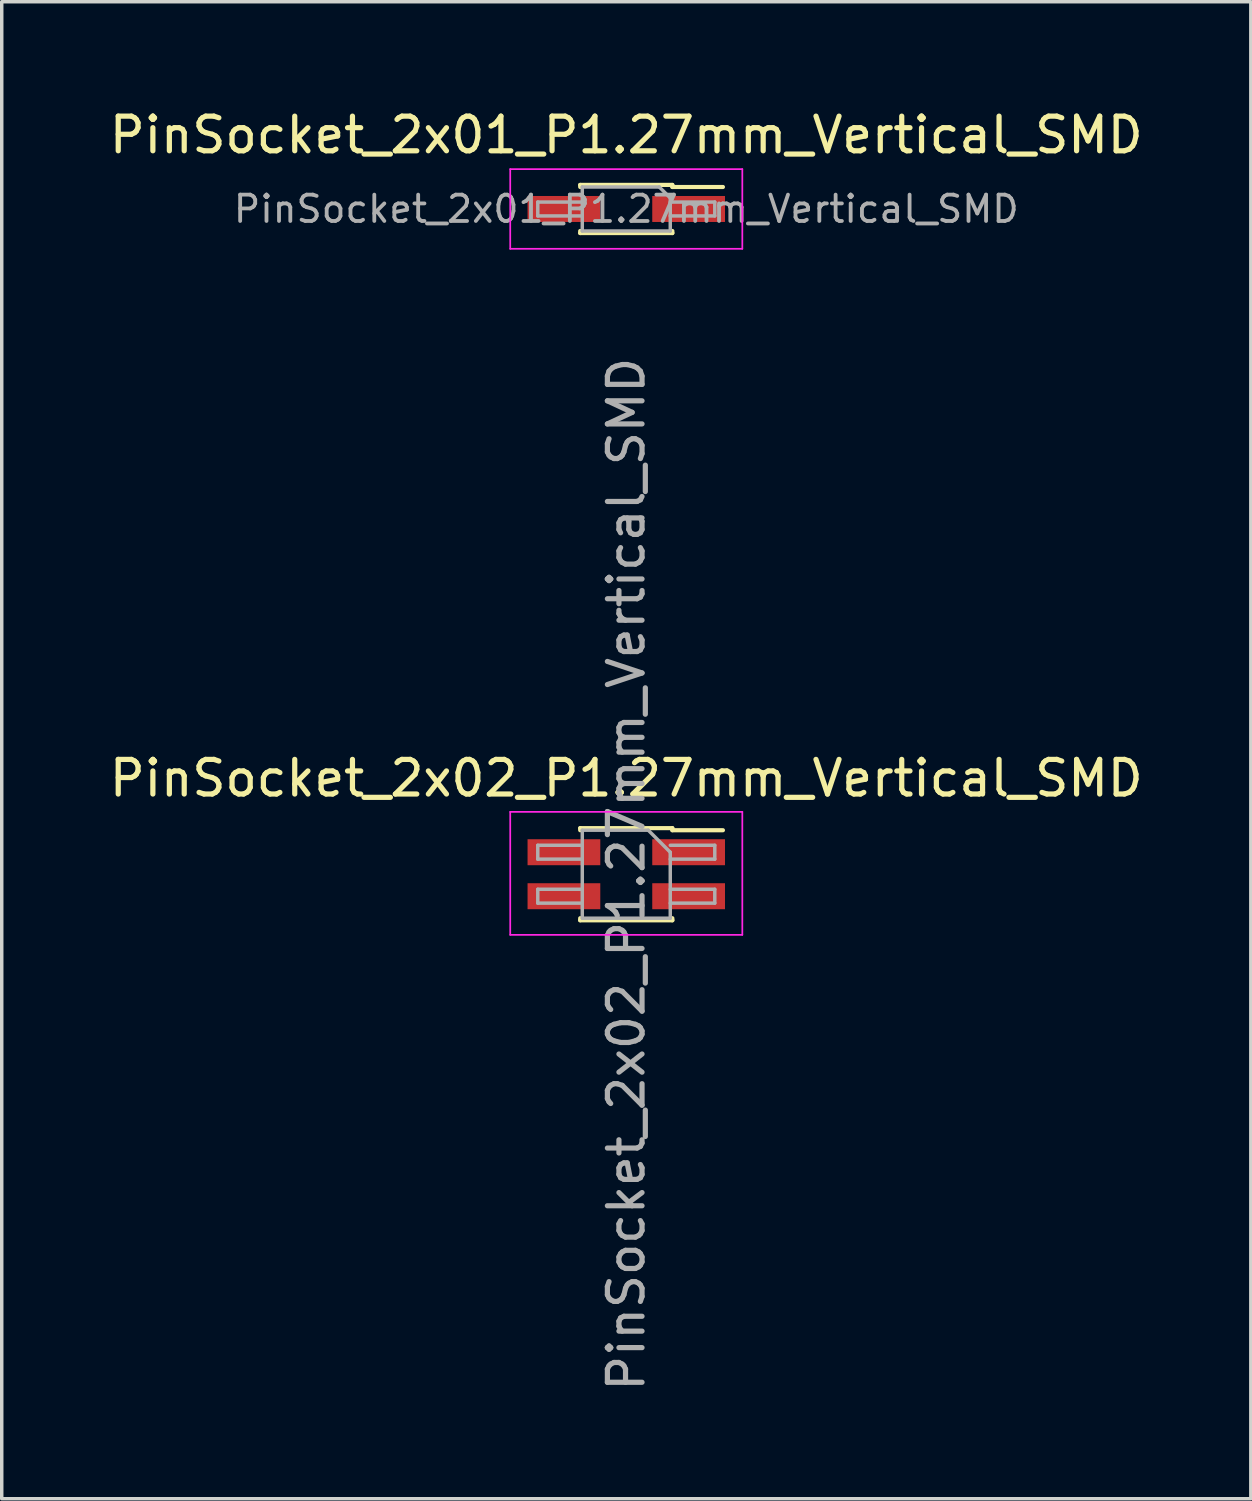
<source format=kicad_pcb>
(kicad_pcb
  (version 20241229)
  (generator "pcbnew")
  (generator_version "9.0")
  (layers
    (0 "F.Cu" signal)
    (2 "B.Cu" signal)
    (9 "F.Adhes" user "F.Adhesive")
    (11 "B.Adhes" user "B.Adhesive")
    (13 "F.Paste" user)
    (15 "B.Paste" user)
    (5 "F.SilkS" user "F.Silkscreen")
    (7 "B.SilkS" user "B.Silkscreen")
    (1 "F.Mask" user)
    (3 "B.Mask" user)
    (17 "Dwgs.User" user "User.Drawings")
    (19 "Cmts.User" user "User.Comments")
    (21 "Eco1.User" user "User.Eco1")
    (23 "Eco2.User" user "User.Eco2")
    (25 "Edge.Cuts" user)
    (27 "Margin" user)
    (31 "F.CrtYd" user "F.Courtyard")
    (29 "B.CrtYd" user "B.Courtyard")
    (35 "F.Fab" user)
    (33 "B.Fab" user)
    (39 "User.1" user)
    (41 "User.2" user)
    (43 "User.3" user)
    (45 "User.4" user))
  (footprint "PinSocket_2x02_P1.27mm_Vertical_SMD"
    (layer "F.Cu")
    (at 15.03 22.188)
    (property "Reference" "PinSocket_2x02_P1.27mm_Vertical_SMD" (at 0 -2.77 0) (layer "F.SilkS") (effects (font (size 1 1) (thickness 0.15))))
    (attr smd)
    (fp_line (start -1.33 -1.33) (end -1.33 -1.27) (stroke (width 0.12) (type solid)) (layer "F.SilkS"))
    (fp_line (start -1.33 -1.33) (end 1.33 -1.33) (stroke (width 0.12) (type solid)) (layer "F.SilkS"))
    (fp_line (start -1.33 1.27) (end -1.33 1.33) (stroke (width 0.12) (type solid)) (layer "F.SilkS"))
    (fp_line (start -1.33 1.33) (end 1.33 1.33) (stroke (width 0.12) (type solid)) (layer "F.SilkS"))
    (fp_line (start 1.33 -1.33) (end 1.33 -1.27) (stroke (width 0.12) (type solid)) (layer "F.SilkS"))
    (fp_line (start 1.33 -1.27) (end 2.79 -1.27) (stroke (width 0.12) (type solid)) (layer "F.SilkS"))
    (fp_line (start 1.33 1.27) (end 1.33 1.33) (stroke (width 0.12) (type solid)) (layer "F.SilkS"))
    (fp_line (start -3.35 -1.8) (end 3.35 -1.8) (stroke (width 0.05) (type solid)) (layer "F.CrtYd"))
    (fp_line (start -3.35 1.75) (end -3.35 -1.8) (stroke (width 0.05) (type solid)) (layer "F.CrtYd"))
    (fp_line (start 3.35 -1.8) (end 3.35 1.75) (stroke (width 0.05) (type solid)) (layer "F.CrtYd"))
    (fp_line (start 3.35 1.75) (end -3.35 1.75) (stroke (width 0.05) (type solid)) (layer "F.CrtYd"))
    (fp_line (start -2.555 -0.835) (end -1.27 -0.835) (stroke (width 0.1) (type solid)) (layer "F.Fab"))
    (fp_line (start -2.555 -0.435) (end -2.555 -0.835) (stroke (width 0.1) (type solid)) (layer "F.Fab"))
    (fp_line (start -2.555 0.435) (end -1.27 0.435) (stroke (width 0.1) (type solid)) (layer "F.Fab"))
    (fp_line (start -2.555 0.835) (end -2.555 0.435) (stroke (width 0.1) (type solid)) (layer "F.Fab"))
    (fp_line (start -1.27 -1.27) (end 0.635 -1.27) (stroke (width 0.1) (type solid)) (layer "F.Fab"))
    (fp_line (start -1.27 -0.435) (end -2.555 -0.435) (stroke (width 0.1) (type solid)) (layer "F.Fab"))
    (fp_line (start -1.27 0.835) (end -2.555 0.835) (stroke (width 0.1) (type solid)) (layer "F.Fab"))
    (fp_line (start -1.27 1.27) (end -1.27 -1.27) (stroke (width 0.1) (type solid)) (layer "F.Fab"))
    (fp_line (start 0.635 -1.27) (end 1.27 -0.635) (stroke (width 0.1) (type solid)) (layer "F.Fab"))
    (fp_line (start 1.27 -0.835) (end 2.555 -0.835) (stroke (width 0.1) (type solid)) (layer "F.Fab"))
    (fp_line (start 1.27 -0.635) (end 1.27 1.27) (stroke (width 0.1) (type solid)) (layer "F.Fab"))
    (fp_line (start 1.27 0.435) (end 2.555 0.435) (stroke (width 0.1) (type solid)) (layer "F.Fab"))
    (fp_line (start 1.27 1.27) (end -1.27 1.27) (stroke (width 0.1) (type solid)) (layer "F.Fab"))
    (fp_line (start 2.555 -0.835) (end 2.555 -0.435) (stroke (width 0.1) (type solid)) (layer "F.Fab"))
    (fp_line (start 2.555 -0.435) (end 1.27 -0.435) (stroke (width 0.1) (type solid)) (layer "F.Fab"))
    (fp_line (start 2.555 0.435) (end 2.555 0.835) (stroke (width 0.1) (type solid)) (layer "F.Fab"))
    (fp_line (start 2.555 0.835) (end 1.27 0.835) (stroke (width 0.1) (type solid)) (layer "F.Fab"))
    (fp_text user "${REFERENCE}" (at 0 0 90) (layer "F.Fab") (effects (font (size 1 1) (thickness 0.15))))
    (pad "1" smd rect (at 1.8 -0.635) (size 2.1 0.75) (layers "F.Cu" "F.Mask" "F.Paste"))
    (pad "2" smd rect (at -1.8 -0.635) (size 2.1 0.75) (layers "F.Cu" "F.Mask" "F.Paste"))
    (pad "3" smd rect (at 1.8 0.635) (size 2.1 0.75) (layers "F.Cu" "F.Mask" "F.Paste"))
    (pad "4" smd rect (at -1.8 0.635) (size 2.1 0.75) (layers "F.Cu" "F.Mask" "F.Paste")))
  (footprint "PinSocket_2x01_P1.27mm_Vertical_SMD"
    (layer "F.Cu")
    (at 15.03 2.983)
    (property "Reference" "PinSocket_2x01_P1.27mm_Vertical_SMD" (at 0 -2.135 0) (layer "F.SilkS") (effects (font (size 1 1) (thickness 0.15))))
    (attr smd)
    (fp_line (start -1.33 -0.695) (end -1.33 -0.635) (stroke (width 0.12) (type solid)) (layer "F.SilkS"))
    (fp_line (start -1.33 -0.695) (end 1.33 -0.695) (stroke (width 0.12) (type solid)) (layer "F.SilkS"))
    (fp_line (start -1.33 0.635) (end -1.33 0.695) (stroke (width 0.12) (type solid)) (layer "F.SilkS"))
    (fp_line (start -1.33 0.695) (end 1.33 0.695) (stroke (width 0.12) (type solid)) (layer "F.SilkS"))
    (fp_line (start 1.33 -0.695) (end 1.33 -0.635) (stroke (width 0.12) (type solid)) (layer "F.SilkS"))
    (fp_line (start 1.33 -0.635) (end 2.79 -0.635) (stroke (width 0.12) (type solid)) (layer "F.SilkS"))
    (fp_line (start 1.33 0.635) (end 1.33 0.695) (stroke (width 0.12) (type solid)) (layer "F.SilkS"))
    (fp_line (start -3.35 -1.15) (end 3.35 -1.15) (stroke (width 0.05) (type solid)) (layer "F.CrtYd"))
    (fp_line (start -3.35 1.15) (end -3.35 -1.15) (stroke (width 0.05) (type solid)) (layer "F.CrtYd"))
    (fp_line (start 3.35 -1.15) (end 3.35 1.15) (stroke (width 0.05) (type solid)) (layer "F.CrtYd"))
    (fp_line (start 3.35 1.15) (end -3.35 1.15) (stroke (width 0.05) (type solid)) (layer "F.CrtYd"))
    (fp_line (start -2.555 -0.2) (end -1.27 -0.2) (stroke (width 0.1) (type solid)) (layer "F.Fab"))
    (fp_line (start -2.555 0.2) (end -2.555 -0.2) (stroke (width 0.1) (type solid)) (layer "F.Fab"))
    (fp_line (start -1.27 -0.635) (end 0.953 -0.635) (stroke (width 0.1) (type solid)) (layer "F.Fab"))
    (fp_line (start -1.27 0.2) (end -2.555 0.2) (stroke (width 0.1) (type solid)) (layer "F.Fab"))
    (fp_line (start -1.27 0.635) (end -1.27 -0.635) (stroke (width 0.1) (type solid)) (layer "F.Fab"))
    (fp_line (start 0.953 -0.635) (end 1.27 -0.318) (stroke (width 0.1) (type solid)) (layer "F.Fab"))
    (fp_line (start 1.27 -0.318) (end 1.27 0.635) (stroke (width 0.1) (type solid)) (layer "F.Fab"))
    (fp_line (start 1.27 -0.2) (end 2.555 -0.2) (stroke (width 0.1) (type solid)) (layer "F.Fab"))
    (fp_line (start 1.27 0.635) (end -1.27 0.635) (stroke (width 0.1) (type solid)) (layer "F.Fab"))
    (fp_line (start 2.555 -0.2) (end 2.555 0.2) (stroke (width 0.1) (type solid)) (layer "F.Fab"))
    (fp_line (start 2.555 0.2) (end 1.27 0.2) (stroke (width 0.1) (type solid)) (layer "F.Fab"))
    (fp_text user "${REFERENCE}" (at 0 0 0) (layer "F.Fab") (effects (font (size 0.76 0.76) (thickness 0.11))))
    (pad "1" smd rect (at 1.8 0) (size 2.1 0.75) (layers "F.Cu" "F.Mask" "F.Paste"))
    (pad "2" smd rect (at -1.8 0) (size 2.1 0.75) (layers "F.Cu" "F.Mask" "F.Paste")))
  (gr_rect
    (start -3 -3)
    (end 33.06 40.218)
    (stroke (width 0.1) (type default))
    (fill no)
    (layer "Edge.Cuts")))
</source>
